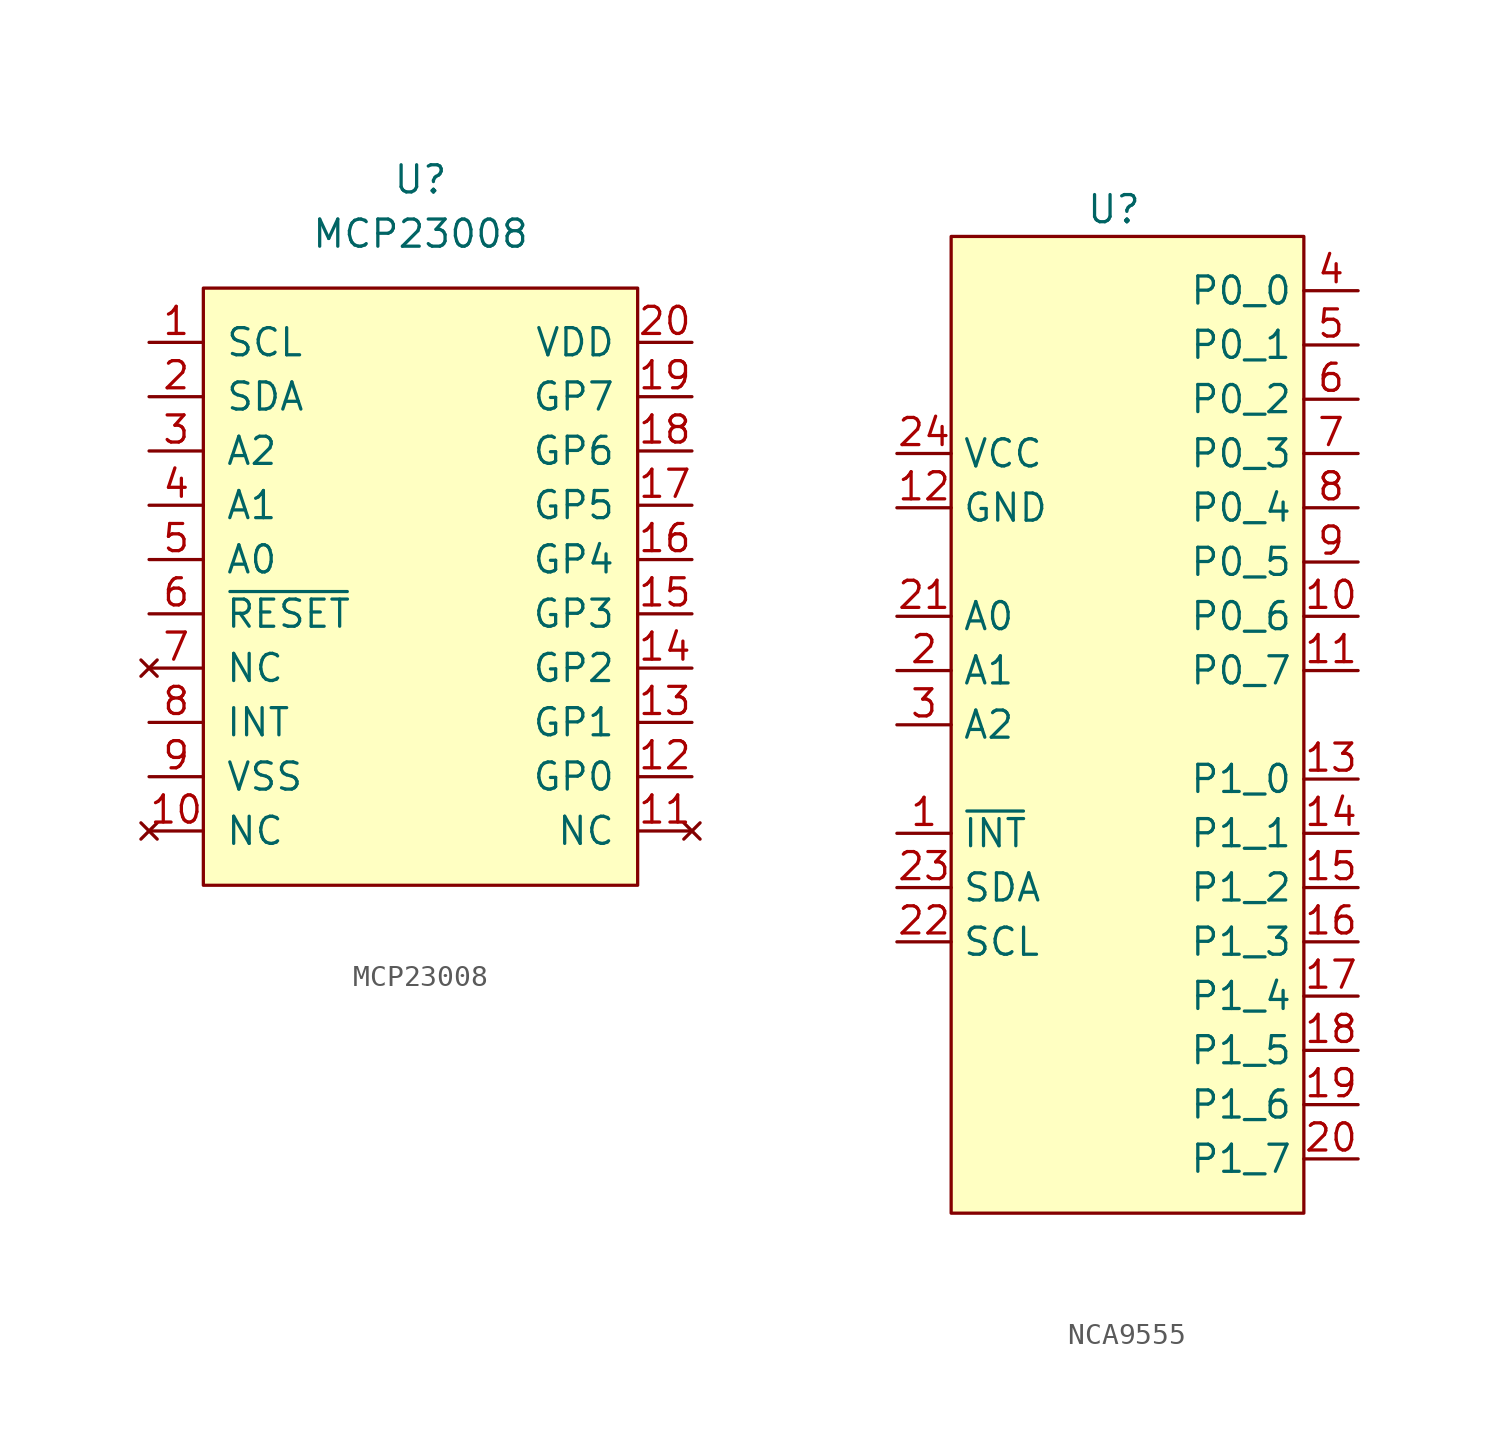
<source format=kicad_sym>
(kicad_symbol_lib
  (version 20220914)
  (generator kicad_symbol_editor)
  (symbol "MCP23008"
    (pin_names
      (offset 1.016))
    (property "Reference" "U"
      (at 0 19.05 0)
      (effects (font (size 1.27 1.27))))
    (property "Value" "MCP23008"
      (at 0 16.51 0)
      (effects (font (size 1.27 1.27))))
    (symbol "MCP23008_0_1"
      (rectangle (start -10.16 13.97) (end 10.16 -13.97) (stroke (width 0) (type default)) (fill (type background))))
    (symbol "MCP23008_1_1"
      (pin input line (at -12.7 11.43 0) (length 2.54) (name "SCL" (effects (font (size 1.27 1.27)))) (number "1" (effects (font (size 1.27 1.27)))))
      (pin no_connect line (at -12.7 -11.43 0) (length 2.54) (name "NC" (effects (font (size 1.27 1.27)))) (number "10" (effects (font (size 1.27 1.27)))))
      (pin no_connect line (at 12.7 -11.43 180) (length 2.54) (name "NC" (effects (font (size 1.27 1.27)))) (number "11" (effects (font (size 1.27 1.27)))))
      (pin bidirectional line (at 12.7 -8.89 180) (length 2.54) (name "GP0" (effects (font (size 1.27 1.27)))) (number "12" (effects (font (size 1.27 1.27)))))
      (pin bidirectional line (at 12.7 -6.35 180) (length 2.54) (name "GP1" (effects (font (size 1.27 1.27)))) (number "13" (effects (font (size 1.27 1.27)))))
      (pin bidirectional line (at 12.7 -3.81 180) (length 2.54) (name "GP2" (effects (font (size 1.27 1.27)))) (number "14" (effects (font (size 1.27 1.27)))))
      (pin bidirectional line (at 12.7 -1.27 180) (length 2.54) (name "GP3" (effects (font (size 1.27 1.27)))) (number "15" (effects (font (size 1.27 1.27)))))
      (pin bidirectional line (at 12.7 1.27 180) (length 2.54) (name "GP4" (effects (font (size 1.27 1.27)))) (number "16" (effects (font (size 1.27 1.27)))))
      (pin bidirectional line (at 12.7 3.81 180) (length 2.54) (name "GP5" (effects (font (size 1.27 1.27)))) (number "17" (effects (font (size 1.27 1.27)))))
      (pin bidirectional line (at 12.7 6.35 180) (length 2.54) (name "GP6" (effects (font (size 1.27 1.27)))) (number "18" (effects (font (size 1.27 1.27)))))
      (pin bidirectional line (at 12.7 8.89 180) (length 2.54) (name "GP7" (effects (font (size 1.27 1.27)))) (number "19" (effects (font (size 1.27 1.27)))))
      (pin bidirectional line (at -12.7 8.89 0) (length 2.54) (name "SDA" (effects (font (size 1.27 1.27)))) (number "2" (effects (font (size 1.27 1.27)))))
      (pin power_in line (at 12.7 11.43 180) (length 2.54) (name "VDD" (effects (font (size 1.27 1.27)))) (number "20" (effects (font (size 1.27 1.27)))))
      (pin input line (at -12.7 6.35 0) (length 2.54) (name "A2" (effects (font (size 1.27 1.27)))) (number "3" (effects (font (size 1.27 1.27)))))
      (pin input line (at -12.7 3.81 0) (length 2.54) (name "A1" (effects (font (size 1.27 1.27)))) (number "4" (effects (font (size 1.27 1.27)))))
      (pin input line (at -12.7 1.27 0) (length 2.54) (name "A0" (effects (font (size 1.27 1.27)))) (number "5" (effects (font (size 1.27 1.27)))))
      (pin input line (at -12.7 -1.27 0) (length 2.54) (name "~{RESET}" (effects (font (size 1.27 1.27)))) (number "6" (effects (font (size 1.27 1.27)))))
      (pin no_connect line (at -12.7 -3.81 0) (length 2.54) (name "NC" (effects (font (size 1.27 1.27)))) (number "7" (effects (font (size 1.27 1.27)))))
      (pin output line (at -12.7 -6.35 0) (length 2.54) (name "INT" (effects (font (size 1.27 1.27)))) (number "8" (effects (font (size 1.27 1.27)))))
      (pin power_in line (at -12.7 -8.89 0) (length 2.54) (name "VSS" (effects (font (size 1.27 1.27)))) (number "9" (effects (font (size 1.27 1.27)))))))
  (symbol "NCA9555"
    (property "Reference" "U"
      (at 0 21.59 0)
      (effects (font (size 1.27 1.27))))
    (property "Value" ""
      (at -6.35 6.35 0)
      (effects (font (size 1.27 1.27))))
    (symbol "NCA9555_0_1"
      (rectangle (start -7.62 20.32) (end 8.89 -25.4) (stroke (width 0) (type default)) (fill (type background))))
    (symbol "NCA9555_1_1"
      (pin input line (at -10.16 -7.62 0) (length 2.54) (name "~{INT}" (effects (font (size 1.27 1.27)))) (number "1" (effects (font (size 1.27 1.27)))))
      (pin input line (at 11.43 2.54 180) (length 2.54) (name "P0_6" (effects (font (size 1.27 1.27)))) (number "10" (effects (font (size 1.27 1.27)))))
      (pin input line (at 11.43 0 180) (length 2.54) (name "P0_7" (effects (font (size 1.27 1.27)))) (number "11" (effects (font (size 1.27 1.27)))))
      (pin input line (at -10.16 7.62 0) (length 2.54) (name "GND" (effects (font (size 1.27 1.27)))) (number "12" (effects (font (size 1.27 1.27)))))
      (pin input line (at 11.43 -5.08 180) (length 2.54) (name "P1_0" (effects (font (size 1.27 1.27)))) (number "13" (effects (font (size 1.27 1.27)))))
      (pin input line (at 11.43 -7.62 180) (length 2.54) (name "P1_1" (effects (font (size 1.27 1.27)))) (number "14" (effects (font (size 1.27 1.27)))))
      (pin input line (at 11.43 -10.16 180) (length 2.54) (name "P1_2" (effects (font (size 1.27 1.27)))) (number "15" (effects (font (size 1.27 1.27)))))
      (pin input line (at 11.43 -12.7 180) (length 2.54) (name "P1_3" (effects (font (size 1.27 1.27)))) (number "16" (effects (font (size 1.27 1.27)))))
      (pin input line (at 11.43 -15.24 180) (length 2.54) (name "P1_4" (effects (font (size 1.27 1.27)))) (number "17" (effects (font (size 1.27 1.27)))))
      (pin input line (at 11.43 -17.78 180) (length 2.54) (name "P1_5" (effects (font (size 1.27 1.27)))) (number "18" (effects (font (size 1.27 1.27)))))
      (pin input line (at 11.43 -20.32 180) (length 2.54) (name "P1_6" (effects (font (size 1.27 1.27)))) (number "19" (effects (font (size 1.27 1.27)))))
      (pin input line (at -10.16 0 0) (length 2.54) (name "A1" (effects (font (size 1.27 1.27)))) (number "2" (effects (font (size 1.27 1.27)))))
      (pin input line (at 11.43 -22.86 180) (length 2.54) (name "P1_7" (effects (font (size 1.27 1.27)))) (number "20" (effects (font (size 1.27 1.27)))))
      (pin input line (at -10.16 2.54 0) (length 2.54) (name "A0" (effects (font (size 1.27 1.27)))) (number "21" (effects (font (size 1.27 1.27)))))
      (pin input line (at -10.16 -12.7 0) (length 2.54) (name "SCL" (effects (font (size 1.27 1.27)))) (number "22" (effects (font (size 1.27 1.27)))))
      (pin input line (at -10.16 -10.16 0) (length 2.54) (name "SDA" (effects (font (size 1.27 1.27)))) (number "23" (effects (font (size 1.27 1.27)))))
      (pin input line (at -10.16 10.16 0) (length 2.54) (name "VCC" (effects (font (size 1.27 1.27)))) (number "24" (effects (font (size 1.27 1.27)))))
      (pin input line (at -10.16 -2.54 0) (length 2.54) (name "A2" (effects (font (size 1.27 1.27)))) (number "3" (effects (font (size 1.27 1.27)))))
      (pin input line (at 11.43 17.78 180) (length 2.54) (name "P0_0" (effects (font (size 1.27 1.27)))) (number "4" (effects (font (size 1.27 1.27)))))
      (pin input line (at 11.43 15.24 180) (length 2.54) (name "P0_1" (effects (font (size 1.27 1.27)))) (number "5" (effects (font (size 1.27 1.27)))))
      (pin input line (at 11.43 12.7 180) (length 2.54) (name "P0_2" (effects (font (size 1.27 1.27)))) (number "6" (effects (font (size 1.27 1.27)))))
      (pin input line (at 11.43 10.16 180) (length 2.54) (name "P0_3" (effects (font (size 1.27 1.27)))) (number "7" (effects (font (size 1.27 1.27)))))
      (pin input line (at 11.43 7.62 180) (length 2.54) (name "P0_4" (effects (font (size 1.27 1.27)))) (number "8" (effects (font (size 1.27 1.27)))))
      (pin input line (at 11.43 5.08 180) (length 2.54) (name "P0_5" (effects (font (size 1.27 1.27)))) (number "9" (effects (font (size 1.27 1.27))))))))
</source>
